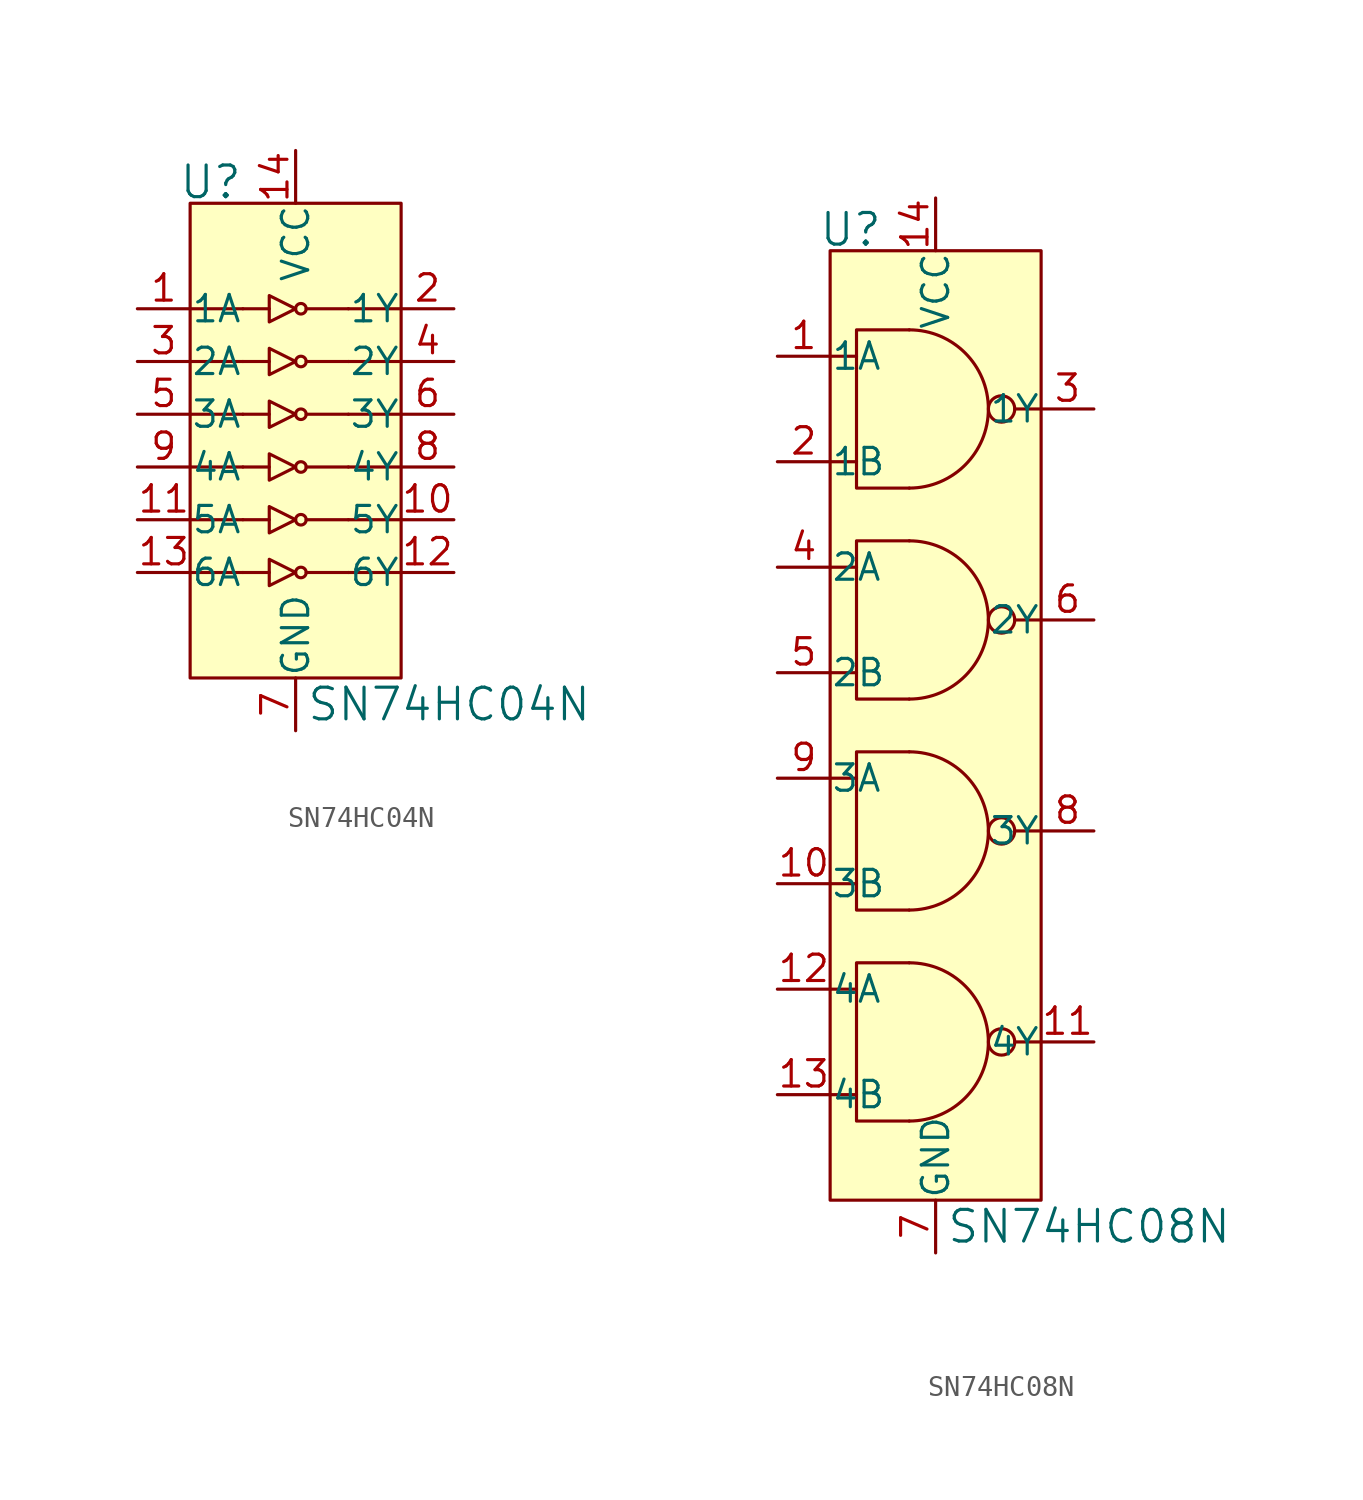
<source format=kicad_sym>
(kicad_symbol_lib
  (version 20211014)
  (generator kicad_symbol_editor)
  (symbol "SN74HC04N"
    (pin_names
      (offset 0.025))
    (property "Reference" "U"
      (at -2.54 13.716 0)
      (effects (font (size 1.524 1.524)) (justify right)))
    (property "Value" "SN74HC04N"
      (at 0.508 -11.43 0)
      (effects (font (size 1.524 1.524)) (justify left)))
    (symbol "SN74HC04N_0_1"
      (rectangle (start -5.08 12.7) (end 5.08 -10.16) (stroke (width 0) (type default) (color 0 0 0 0)) (fill (type background)))
      (polyline (pts (xy -2.54 -5.08) (xy -5.08 -5.08)) (stroke (width 0) (type default) (color 0 0 0 0)) (fill (type none)))
      (polyline (pts (xy -2.54 -2.54) (xy -5.08 -2.54)) (stroke (width 0) (type default) (color 0 0 0 0)) (fill (type none)))
      (polyline (pts (xy -2.54 -2.54) (xy -1.27 -2.54)) (stroke (width 0) (type default) (color 0 0 0 0)) (fill (type none)))
      (polyline (pts (xy -2.54 0) (xy -5.08 0)) (stroke (width 0) (type default) (color 0 0 0 0)) (fill (type none)))
      (polyline (pts (xy -2.54 2.54) (xy -5.08 2.54)) (stroke (width 0) (type default) (color 0 0 0 0)) (fill (type none)))
      (polyline (pts (xy -2.54 2.54) (xy -1.27 2.54)) (stroke (width 0) (type default) (color 0 0 0 0)) (fill (type none)))
      (polyline (pts (xy -2.54 5.08) (xy -5.08 5.08)) (stroke (width 0) (type default) (color 0 0 0 0)) (fill (type none)))
      (polyline (pts (xy -2.54 7.62) (xy -5.08 7.62)) (stroke (width 0) (type default) (color 0 0 0 0)) (fill (type none)))
      (polyline (pts (xy -1.27 -5.08) (xy -2.54 -5.08)) (stroke (width 0) (type default) (color 0 0 0 0)) (fill (type none)))
      (polyline (pts (xy -1.27 0) (xy -2.54 0)) (stroke (width 0) (type default) (color 0 0 0 0)) (fill (type none)))
      (polyline (pts (xy -1.27 5.08) (xy -2.54 5.08)) (stroke (width 0) (type default) (color 0 0 0 0)) (fill (type none)))
      (polyline (pts (xy -1.27 7.62) (xy -2.54 7.62)) (stroke (width 0) (type default) (color 0 0 0 0)) (fill (type none)))
      (polyline (pts (xy 0.508 -5.08) (xy 2.54 -5.08)) (stroke (width 0) (type default) (color 0 0 0 0)) (fill (type none)))
      (polyline (pts (xy 0.508 0) (xy 2.54 0)) (stroke (width 0) (type default) (color 0 0 0 0)) (fill (type none)))
      (polyline (pts (xy 0.508 2.54) (xy 2.54 2.54)) (stroke (width 0) (type default) (color 0 0 0 0)) (fill (type none)))
      (polyline (pts (xy 0.508 5.08) (xy 2.54 5.08)) (stroke (width 0) (type default) (color 0 0 0 0)) (fill (type none)))
      (polyline (pts (xy 2.54 -2.54) (xy 0.508 -2.54)) (stroke (width 0) (type default) (color 0 0 0 0)) (fill (type none)))
      (polyline (pts (xy 2.54 7.62) (xy 0.508 7.62)) (stroke (width 0) (type default) (color 0 0 0 0)) (fill (type none)))
      (polyline (pts (xy 5.08 -5.08) (xy 2.54 -5.08)) (stroke (width 0) (type default) (color 0 0 0 0)) (fill (type none)))
      (polyline (pts (xy 5.08 -2.54) (xy 2.54 -2.54)) (stroke (width 0) (type default) (color 0 0 0 0)) (fill (type none)))
      (polyline (pts (xy 5.08 0) (xy 2.54 0)) (stroke (width 0) (type default) (color 0 0 0 0)) (fill (type none)))
      (polyline (pts (xy 5.08 2.54) (xy 2.54 2.54)) (stroke (width 0) (type default) (color 0 0 0 0)) (fill (type none)))
      (polyline (pts (xy 5.08 5.08) (xy 2.54 5.08)) (stroke (width 0) (type default) (color 0 0 0 0)) (fill (type none)))
      (polyline (pts (xy 5.08 7.62) (xy 2.54 7.62)) (stroke (width 0) (type default) (color 0 0 0 0)) (fill (type none)))
      (polyline (pts (xy -1.27 -4.445) (xy -1.27 -5.715) (xy 0 -5.08) (xy -1.27 -4.445)) (stroke (width 0) (type default) (color 0 0 0 0)) (fill (type none)))
      (polyline (pts (xy -1.27 -1.905) (xy -1.27 -3.175) (xy 0 -2.54) (xy -1.27 -1.905)) (stroke (width 0) (type default) (color 0 0 0 0)) (fill (type none)))
      (polyline (pts (xy -1.27 0.635) (xy -1.27 -0.635) (xy 0 0) (xy -1.27 0.635)) (stroke (width 0) (type default) (color 0 0 0 0)) (fill (type none)))
      (polyline (pts (xy -1.27 3.175) (xy -1.27 1.905) (xy 0 2.54) (xy -1.27 3.175)) (stroke (width 0) (type default) (color 0 0 0 0)) (fill (type none)))
      (polyline (pts (xy -1.27 5.715) (xy -1.27 4.445) (xy 0 5.08) (xy -1.27 5.715)) (stroke (width 0) (type default) (color 0 0 0 0)) (fill (type none)))
      (polyline (pts (xy -1.27 8.255) (xy -1.27 6.985) (xy 0 7.62) (xy -1.27 8.255)) (stroke (width 0) (type default) (color 0 0 0 0)) (fill (type none)))
      (circle (center 0.254 -5.08) (radius 0.254) (stroke (width 0) (type default) (color 0 0 0 0)) (fill (type none)))
      (circle (center 0.254 -2.54) (radius 0.254) (stroke (width 0) (type default) (color 0 0 0 0)) (fill (type none)))
      (circle (center 0.254 0) (radius 0.254) (stroke (width 0) (type default) (color 0 0 0 0)) (fill (type none)))
      (circle (center 0.254 2.54) (radius 0.254) (stroke (width 0) (type default) (color 0 0 0 0)) (fill (type none)))
      (circle (center 0.254 5.08) (radius 0.254) (stroke (width 0) (type default) (color 0 0 0 0)) (fill (type none)))
      (circle (center 0.254 7.62) (radius 0.254) (stroke (width 0) (type default) (color 0 0 0 0)) (fill (type none))))
    (symbol "SN74HC04N_1_1"
      (pin input line (at -7.62 7.62 0) (length 2.54) (name "1A" (effects (font (size 1.27 1.27)))) (number "1" (effects (font (size 1.27 1.27)))))
      (pin output line (at 7.62 -2.54 180) (length 2.54) (name "5Y" (effects (font (size 1.27 1.27)))) (number "10" (effects (font (size 1.27 1.27)))))
      (pin input line (at -7.62 -2.54 0) (length 2.54) (name "5A" (effects (font (size 1.27 1.27)))) (number "11" (effects (font (size 1.27 1.27)))))
      (pin output line (at 7.62 -5.08 180) (length 2.54) (name "6Y" (effects (font (size 1.27 1.27)))) (number "12" (effects (font (size 1.27 1.27)))))
      (pin input line (at -7.62 -5.08 0) (length 2.54) (name "6A" (effects (font (size 1.27 1.27)))) (number "13" (effects (font (size 1.27 1.27)))))
      (pin power_in line (at 0 15.24 270) (length 2.54) (name "VCC" (effects (font (size 1.27 1.27)))) (number "14" (effects (font (size 1.27 1.27)))))
      (pin output line (at 7.62 7.62 180) (length 2.54) (name "1Y" (effects (font (size 1.27 1.27)))) (number "2" (effects (font (size 1.27 1.27)))))
      (pin input line (at -7.62 5.08 0) (length 2.54) (name "2A" (effects (font (size 1.27 1.27)))) (number "3" (effects (font (size 1.27 1.27)))))
      (pin output line (at 7.62 5.08 180) (length 2.54) (name "2Y" (effects (font (size 1.27 1.27)))) (number "4" (effects (font (size 1.27 1.27)))))
      (pin input line (at -7.62 2.54 0) (length 2.54) (name "3A" (effects (font (size 1.27 1.27)))) (number "5" (effects (font (size 1.27 1.27)))))
      (pin output line (at 7.62 2.54 180) (length 2.54) (name "3Y" (effects (font (size 1.27 1.27)))) (number "6" (effects (font (size 1.27 1.27)))))
      (pin power_in line (at 0 -12.7 90) (length 2.54) (name "GND" (effects (font (size 1.27 1.27)))) (number "7" (effects (font (size 1.27 1.27)))))
      (pin output line (at 7.62 0 180) (length 2.54) (name "4Y" (effects (font (size 1.27 1.27)))) (number "8" (effects (font (size 1.27 1.27)))))
      (pin input line (at -7.62 0 0) (length 2.54) (name "4A" (effects (font (size 1.27 1.27)))) (number "9" (effects (font (size 1.27 1.27)))))))
  (symbol "SN74HC08N"
    (pin_names
      (offset 0.025))
    (property "Reference" "U"
      (at -2.54 8.636 0)
      (effects (font (size 1.524 1.524)) (justify right)))
    (property "Value" "SN74HC08N"
      (at 0.508 -39.37 0)
      (effects (font (size 1.524 1.524)) (justify left)))
    (symbol "SN74HC08N_0_1"
      (rectangle (start -5.08 7.62) (end 5.08 -38.1) (stroke (width 0) (type default) (color 0 0 0 0)) (fill (type background)))
      (arc (start -1.27 -34.29) (mid 2.54 -30.48) (end -1.27 -26.67) (stroke (width 0) (type default) (color 0 0 0 0)) (fill (type none)))
      (arc (start -1.27 -24.13) (mid 2.54 -20.32) (end -1.27 -16.51) (stroke (width 0) (type default) (color 0 0 0 0)) (fill (type none)))
      (arc (start -1.27 -13.97) (mid 2.54 -10.16) (end -1.27 -6.35) (stroke (width 0) (type default) (color 0 0 0 0)) (fill (type none)))
      (arc (start -1.27 -3.81) (mid 2.54 0) (end -1.27 3.81) (stroke (width 0) (type default) (color 0 0 0 0)) (fill (type none)))
      (polyline (pts (xy -5.08 -33.02) (xy -3.81 -33.02)) (stroke (width 0) (type default) (color 0 0 0 0)) (fill (type none)))
      (polyline (pts (xy -5.08 -22.86) (xy -3.81 -22.86)) (stroke (width 0) (type default) (color 0 0 0 0)) (fill (type none)))
      (polyline (pts (xy -5.08 -7.62) (xy -3.81 -7.62)) (stroke (width 0) (type default) (color 0 0 0 0)) (fill (type none)))
      (polyline (pts (xy -3.81 -27.94) (xy -5.08 -27.94)) (stroke (width 0) (type default) (color 0 0 0 0)) (fill (type none)))
      (polyline (pts (xy -3.81 -17.78) (xy -5.08 -17.78)) (stroke (width 0) (type default) (color 0 0 0 0)) (fill (type none)))
      (polyline (pts (xy -3.81 -12.7) (xy -5.08 -12.7)) (stroke (width 0) (type default) (color 0 0 0 0)) (fill (type none)))
      (polyline (pts (xy -3.81 -2.54) (xy -5.08 -2.54)) (stroke (width 0) (type default) (color 0 0 0 0)) (fill (type none)))
      (polyline (pts (xy -3.81 2.54) (xy -5.08 2.54)) (stroke (width 0) (type default) (color 0 0 0 0)) (fill (type none)))
      (polyline (pts (xy 3.81 -30.48) (xy 5.08 -30.48)) (stroke (width 0) (type default) (color 0 0 0 0)) (fill (type none)))
      (polyline (pts (xy 3.81 -20.32) (xy 5.08 -20.32)) (stroke (width 0) (type default) (color 0 0 0 0)) (fill (type none)))
      (polyline (pts (xy 3.81 -10.16) (xy 5.08 -10.16)) (stroke (width 0) (type default) (color 0 0 0 0)) (fill (type none)))
      (polyline (pts (xy 3.81 0) (xy 5.08 0)) (stroke (width 0) (type default) (color 0 0 0 0)) (fill (type none)))
      (polyline (pts (xy -1.27 -26.67) (xy -3.81 -26.67) (xy -3.81 -34.29) (xy -1.27 -34.29)) (stroke (width 0) (type default) (color 0 0 0 0)) (fill (type none)))
      (polyline (pts (xy -1.27 -16.51) (xy -3.81 -16.51) (xy -3.81 -24.13) (xy -1.27 -24.13)) (stroke (width 0) (type default) (color 0 0 0 0)) (fill (type none)))
      (polyline (pts (xy -1.27 -6.35) (xy -3.81 -6.35) (xy -3.81 -13.97) (xy -1.27 -13.97)) (stroke (width 0) (type default) (color 0 0 0 0)) (fill (type none)))
      (polyline (pts (xy -1.27 3.81) (xy -3.81 3.81) (xy -3.81 -3.81) (xy -1.27 -3.81)) (stroke (width 0) (type default) (color 0 0 0 0)) (fill (type none)))
      (circle (center 3.175 -30.48) (radius 0.635) (stroke (width 0) (type default) (color 0 0 0 0)) (fill (type none)))
      (circle (center 3.175 -20.32) (radius 0.635) (stroke (width 0) (type default) (color 0 0 0 0)) (fill (type none)))
      (circle (center 3.175 -10.16) (radius 0.635) (stroke (width 0) (type default) (color 0 0 0 0)) (fill (type none)))
      (circle (center 3.175 0) (radius 0.635) (stroke (width 0) (type default) (color 0 0 0 0)) (fill (type none))))
    (symbol "SN74HC08N_1_1"
      (pin input line (at -7.62 2.54 0) (length 2.54) (name "1A" (effects (font (size 1.27 1.27)))) (number "1" (effects (font (size 1.27 1.27)))))
      (pin input line (at -7.62 -22.86 0) (length 2.54) (name "3B" (effects (font (size 1.27 1.27)))) (number "10" (effects (font (size 1.27 1.27)))))
      (pin output line (at 7.62 -30.48 180) (length 2.54) (name "4Y" (effects (font (size 1.27 1.27)))) (number "11" (effects (font (size 1.27 1.27)))))
      (pin input line (at -7.62 -27.94 0) (length 2.54) (name "4A" (effects (font (size 1.27 1.27)))) (number "12" (effects (font (size 1.27 1.27)))))
      (pin input line (at -7.62 -33.02 0) (length 2.54) (name "4B" (effects (font (size 1.27 1.27)))) (number "13" (effects (font (size 1.27 1.27)))))
      (pin power_in line (at 0 10.16 270) (length 2.54) (name "VCC" (effects (font (size 1.27 1.27)))) (number "14" (effects (font (size 1.27 1.27)))))
      (pin input line (at -7.62 -2.54 0) (length 2.54) (name "1B" (effects (font (size 1.27 1.27)))) (number "2" (effects (font (size 1.27 1.27)))))
      (pin output line (at 7.62 0 180) (length 2.54) (name "1Y" (effects (font (size 1.27 1.27)))) (number "3" (effects (font (size 1.27 1.27)))))
      (pin input line (at -7.62 -7.62 0) (length 2.54) (name "2A" (effects (font (size 1.27 1.27)))) (number "4" (effects (font (size 1.27 1.27)))))
      (pin input line (at -7.62 -12.7 0) (length 2.54) (name "2B" (effects (font (size 1.27 1.27)))) (number "5" (effects (font (size 1.27 1.27)))))
      (pin output line (at 7.62 -10.16 180) (length 2.54) (name "2Y" (effects (font (size 1.27 1.27)))) (number "6" (effects (font (size 1.27 1.27)))))
      (pin power_in line (at 0 -40.64 90) (length 2.54) (name "GND" (effects (font (size 1.27 1.27)))) (number "7" (effects (font (size 1.27 1.27)))))
      (pin output line (at 7.62 -20.32 180) (length 2.54) (name "3Y" (effects (font (size 1.27 1.27)))) (number "8" (effects (font (size 1.27 1.27)))))
      (pin input line (at -7.62 -17.78 0) (length 2.54) (name "3A" (effects (font (size 1.27 1.27)))) (number "9" (effects (font (size 1.27 1.27))))))))
</source>
